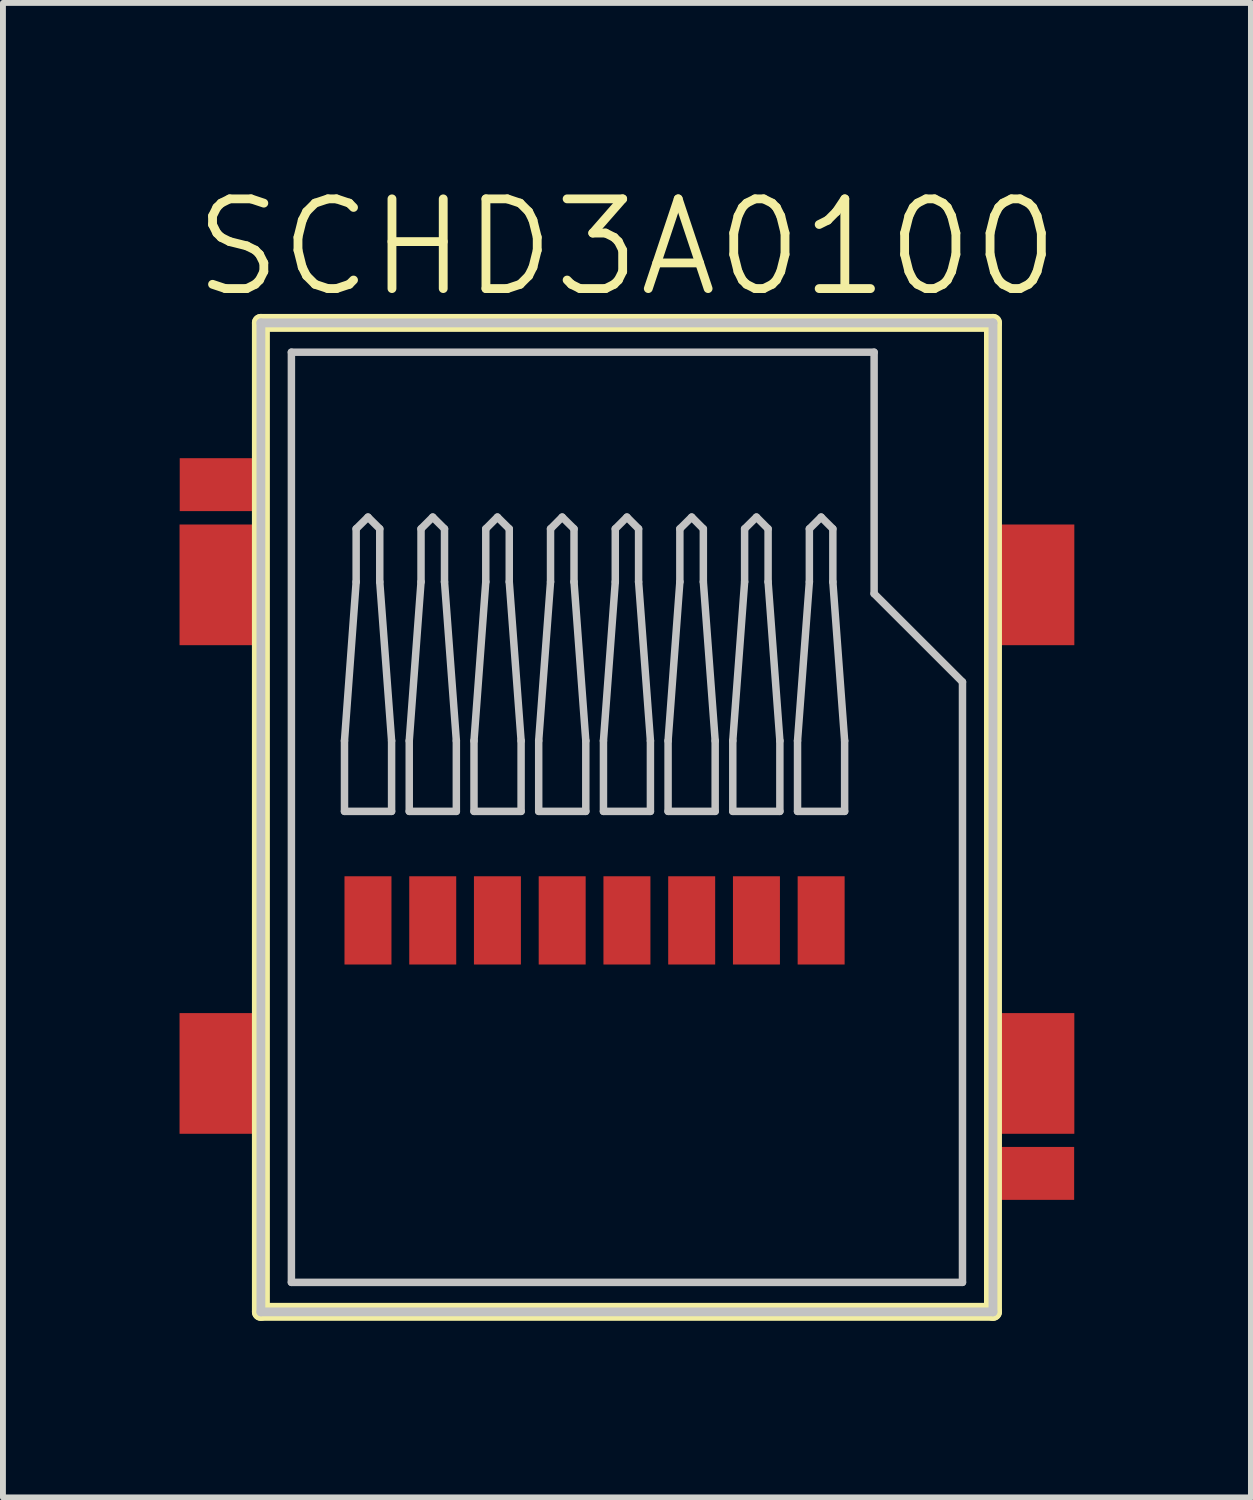
<source format=kicad_pcb>
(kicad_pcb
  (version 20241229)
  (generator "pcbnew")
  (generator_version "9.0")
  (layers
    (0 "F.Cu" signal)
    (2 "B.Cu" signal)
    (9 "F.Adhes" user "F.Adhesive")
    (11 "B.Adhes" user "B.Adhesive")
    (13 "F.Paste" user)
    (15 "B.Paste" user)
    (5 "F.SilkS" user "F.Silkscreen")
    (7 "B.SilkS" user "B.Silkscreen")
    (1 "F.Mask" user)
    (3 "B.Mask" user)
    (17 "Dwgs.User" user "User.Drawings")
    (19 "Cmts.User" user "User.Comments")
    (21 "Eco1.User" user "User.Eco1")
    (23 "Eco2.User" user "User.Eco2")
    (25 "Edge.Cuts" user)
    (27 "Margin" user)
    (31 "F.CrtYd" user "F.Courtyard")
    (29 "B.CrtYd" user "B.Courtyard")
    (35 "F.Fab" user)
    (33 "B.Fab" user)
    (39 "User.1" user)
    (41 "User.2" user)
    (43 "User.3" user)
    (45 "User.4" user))
  (footprint "SCHD3A0100"
    (layer "F.Cu")
    (at 7.6 2.435)
    (property "Reference" "SCHD3A0100" (at 0 -1.28 0) (layer "F.SilkS") (effects (font (size 1.524 1.524) (thickness 0.15))))
    (attr smd)
    (fp_line (start -6.218 0) (end -6.218 16.8) (stroke (width 0.305) (type solid)) (layer "F.SilkS"))
    (fp_line (start -6.218 16.8) (end 6.218 16.8) (stroke (width 0.305) (type solid)) (layer "F.SilkS"))
    (fp_line (start 6.218 0) (end -6.218 0) (stroke (width 0.305) (type solid)) (layer "F.SilkS"))
    (fp_line (start 6.218 16.8) (end 6.218 0) (stroke (width 0.305) (type solid)) (layer "F.SilkS"))
    (fp_line (start -6.218 0) (end -6.218 16.8) (stroke (width 0.15) (type solid)) (layer "Dwgs.User"))
    (fp_line (start -6.218 16.8) (end 6.218 16.8) (stroke (width 0.15) (type solid)) (layer "Dwgs.User"))
    (fp_line (start -5.7 0.498) (end 4.199 0.498) (stroke (width 0.127) (type solid)) (layer "Dwgs.User"))
    (fp_line (start -5.7 16.299) (end -5.7 0.498) (stroke (width 0.127) (type solid)) (layer "Dwgs.User"))
    (fp_line (start -4.798 7.099) (end -4.6 4.399) (stroke (width 0.127) (type solid)) (layer "Dwgs.User"))
    (fp_line (start -4.798 8.298) (end -4.798 7.099) (stroke (width 0.127) (type solid)) (layer "Dwgs.User"))
    (fp_line (start -4.6 3.498) (end -4.399 3.299) (stroke (width 0.127) (type solid)) (layer "Dwgs.User"))
    (fp_line (start -4.6 4.399) (end -4.6 3.498) (stroke (width 0.127) (type solid)) (layer "Dwgs.User"))
    (fp_line (start -4.399 3.299) (end -4.199 3.498) (stroke (width 0.127) (type solid)) (layer "Dwgs.User"))
    (fp_line (start -4.199 3.498) (end -4.199 4.399) (stroke (width 0.127) (type solid)) (layer "Dwgs.User"))
    (fp_line (start -4.199 4.399) (end -3.998 7.099) (stroke (width 0.127) (type solid)) (layer "Dwgs.User"))
    (fp_line (start -3.998 7.099) (end -3.998 8.298) (stroke (width 0.127) (type solid)) (layer "Dwgs.User"))
    (fp_line (start -3.998 8.298) (end -4.798 8.298) (stroke (width 0.127) (type solid)) (layer "Dwgs.User"))
    (fp_line (start -3.698 7.099) (end -3.498 4.399) (stroke (width 0.127) (type solid)) (layer "Dwgs.User"))
    (fp_line (start -3.698 8.298) (end -3.698 7.099) (stroke (width 0.127) (type solid)) (layer "Dwgs.User"))
    (fp_line (start -3.498 3.498) (end -3.299 3.299) (stroke (width 0.127) (type solid)) (layer "Dwgs.User"))
    (fp_line (start -3.498 4.399) (end -3.498 3.498) (stroke (width 0.127) (type solid)) (layer "Dwgs.User"))
    (fp_line (start -3.299 3.299) (end -3.099 3.498) (stroke (width 0.127) (type solid)) (layer "Dwgs.User"))
    (fp_line (start -3.099 3.498) (end -3.099 4.399) (stroke (width 0.127) (type solid)) (layer "Dwgs.User"))
    (fp_line (start -3.099 4.399) (end -2.898 7.099) (stroke (width 0.127) (type solid)) (layer "Dwgs.User"))
    (fp_line (start -2.898 7.099) (end -2.898 8.298) (stroke (width 0.127) (type solid)) (layer "Dwgs.User"))
    (fp_line (start -2.898 8.298) (end -3.698 8.298) (stroke (width 0.127) (type solid)) (layer "Dwgs.User"))
    (fp_line (start -2.598 7.099) (end -2.398 4.399) (stroke (width 0.127) (type solid)) (layer "Dwgs.User"))
    (fp_line (start -2.598 8.298) (end -2.598 7.099) (stroke (width 0.127) (type solid)) (layer "Dwgs.User"))
    (fp_line (start -2.398 3.498) (end -2.2 3.299) (stroke (width 0.127) (type solid)) (layer "Dwgs.User"))
    (fp_line (start -2.398 4.399) (end -2.398 3.498) (stroke (width 0.127) (type solid)) (layer "Dwgs.User"))
    (fp_line (start -2.2 3.299) (end -1.999 3.498) (stroke (width 0.127) (type solid)) (layer "Dwgs.User"))
    (fp_line (start -1.999 3.498) (end -1.999 4.399) (stroke (width 0.127) (type solid)) (layer "Dwgs.User"))
    (fp_line (start -1.999 4.399) (end -1.798 7.099) (stroke (width 0.127) (type solid)) (layer "Dwgs.User"))
    (fp_line (start -1.798 7.099) (end -1.798 8.298) (stroke (width 0.127) (type solid)) (layer "Dwgs.User"))
    (fp_line (start -1.798 8.298) (end -2.598 8.298) (stroke (width 0.127) (type solid)) (layer "Dwgs.User"))
    (fp_line (start -1.499 7.099) (end -1.298 4.399) (stroke (width 0.127) (type solid)) (layer "Dwgs.User"))
    (fp_line (start -1.499 8.298) (end -1.499 7.099) (stroke (width 0.127) (type solid)) (layer "Dwgs.User"))
    (fp_line (start -1.298 3.498) (end -1.1 3.299) (stroke (width 0.127) (type solid)) (layer "Dwgs.User"))
    (fp_line (start -1.298 4.399) (end -1.298 3.498) (stroke (width 0.127) (type solid)) (layer "Dwgs.User"))
    (fp_line (start -1.1 3.299) (end -0.899 3.498) (stroke (width 0.127) (type solid)) (layer "Dwgs.User"))
    (fp_line (start -0.899 3.498) (end -0.899 4.399) (stroke (width 0.127) (type solid)) (layer "Dwgs.User"))
    (fp_line (start -0.899 4.399) (end -0.699 7.099) (stroke (width 0.127) (type solid)) (layer "Dwgs.User"))
    (fp_line (start -0.699 7.099) (end -0.699 8.298) (stroke (width 0.127) (type solid)) (layer "Dwgs.User"))
    (fp_line (start -0.699 8.298) (end -1.499 8.298) (stroke (width 0.127) (type solid)) (layer "Dwgs.User"))
    (fp_line (start -0.399 7.099) (end -0.198 4.399) (stroke (width 0.127) (type solid)) (layer "Dwgs.User"))
    (fp_line (start -0.399 8.298) (end -0.399 7.099) (stroke (width 0.127) (type solid)) (layer "Dwgs.User"))
    (fp_line (start -0.198 3.498) (end 0 3.299) (stroke (width 0.127) (type solid)) (layer "Dwgs.User"))
    (fp_line (start -0.198 4.399) (end -0.198 3.498) (stroke (width 0.127) (type solid)) (layer "Dwgs.User"))
    (fp_line (start 0 3.299) (end 0.198 3.498) (stroke (width 0.127) (type solid)) (layer "Dwgs.User"))
    (fp_line (start 0.198 3.498) (end 0.198 4.399) (stroke (width 0.127) (type solid)) (layer "Dwgs.User"))
    (fp_line (start 0.198 4.399) (end 0.399 7.099) (stroke (width 0.127) (type solid)) (layer "Dwgs.User"))
    (fp_line (start 0.399 7.099) (end 0.399 8.298) (stroke (width 0.127) (type solid)) (layer "Dwgs.User"))
    (fp_line (start 0.399 8.298) (end -0.399 8.298) (stroke (width 0.127) (type solid)) (layer "Dwgs.User"))
    (fp_line (start 0.699 7.099) (end 0.899 4.399) (stroke (width 0.127) (type solid)) (layer "Dwgs.User"))
    (fp_line (start 0.699 8.298) (end 0.699 7.099) (stroke (width 0.127) (type solid)) (layer "Dwgs.User"))
    (fp_line (start 0.899 3.498) (end 1.1 3.299) (stroke (width 0.127) (type solid)) (layer "Dwgs.User"))
    (fp_line (start 0.899 4.399) (end 0.899 3.498) (stroke (width 0.127) (type solid)) (layer "Dwgs.User"))
    (fp_line (start 1.1 3.299) (end 1.298 3.498) (stroke (width 0.127) (type solid)) (layer "Dwgs.User"))
    (fp_line (start 1.298 3.498) (end 1.298 4.399) (stroke (width 0.127) (type solid)) (layer "Dwgs.User"))
    (fp_line (start 1.298 4.399) (end 1.499 7.099) (stroke (width 0.127) (type solid)) (layer "Dwgs.User"))
    (fp_line (start 1.499 7.099) (end 1.499 8.298) (stroke (width 0.127) (type solid)) (layer "Dwgs.User"))
    (fp_line (start 1.499 8.298) (end 0.699 8.298) (stroke (width 0.127) (type solid)) (layer "Dwgs.User"))
    (fp_line (start 1.798 7.099) (end 1.999 4.399) (stroke (width 0.127) (type solid)) (layer "Dwgs.User"))
    (fp_line (start 1.798 8.298) (end 1.798 7.099) (stroke (width 0.127) (type solid)) (layer "Dwgs.User"))
    (fp_line (start 1.999 3.498) (end 2.2 3.299) (stroke (width 0.127) (type solid)) (layer "Dwgs.User"))
    (fp_line (start 1.999 4.399) (end 1.999 3.498) (stroke (width 0.127) (type solid)) (layer "Dwgs.User"))
    (fp_line (start 2.2 3.299) (end 2.398 3.498) (stroke (width 0.127) (type solid)) (layer "Dwgs.User"))
    (fp_line (start 2.398 3.498) (end 2.398 4.399) (stroke (width 0.127) (type solid)) (layer "Dwgs.User"))
    (fp_line (start 2.398 4.399) (end 2.598 7.099) (stroke (width 0.127) (type solid)) (layer "Dwgs.User"))
    (fp_line (start 2.598 7.099) (end 2.598 8.298) (stroke (width 0.127) (type solid)) (layer "Dwgs.User"))
    (fp_line (start 2.598 8.298) (end 1.798 8.298) (stroke (width 0.127) (type solid)) (layer "Dwgs.User"))
    (fp_line (start 2.898 7.099) (end 3.099 4.399) (stroke (width 0.127) (type solid)) (layer "Dwgs.User"))
    (fp_line (start 2.898 8.298) (end 2.898 7.099) (stroke (width 0.127) (type solid)) (layer "Dwgs.User"))
    (fp_line (start 3.099 3.498) (end 3.299 3.299) (stroke (width 0.127) (type solid)) (layer "Dwgs.User"))
    (fp_line (start 3.099 4.399) (end 3.099 3.498) (stroke (width 0.127) (type solid)) (layer "Dwgs.User"))
    (fp_line (start 3.299 3.299) (end 3.498 3.498) (stroke (width 0.127) (type solid)) (layer "Dwgs.User"))
    (fp_line (start 3.498 3.498) (end 3.498 4.399) (stroke (width 0.127) (type solid)) (layer "Dwgs.User"))
    (fp_line (start 3.498 4.399) (end 3.698 7.099) (stroke (width 0.127) (type solid)) (layer "Dwgs.User"))
    (fp_line (start 3.698 7.099) (end 3.698 8.298) (stroke (width 0.127) (type solid)) (layer "Dwgs.User"))
    (fp_line (start 3.698 8.298) (end 2.898 8.298) (stroke (width 0.127) (type solid)) (layer "Dwgs.User"))
    (fp_line (start 4.199 0.498) (end 4.199 4.6) (stroke (width 0.127) (type solid)) (layer "Dwgs.User"))
    (fp_line (start 4.199 4.6) (end 5.7 6.099) (stroke (width 0.127) (type solid)) (layer "Dwgs.User"))
    (fp_line (start 5.7 6.099) (end 5.7 16.299) (stroke (width 0.127) (type solid)) (layer "Dwgs.User"))
    (fp_line (start 5.7 16.299) (end -5.7 16.299) (stroke (width 0.127) (type solid)) (layer "Dwgs.User"))
    (fp_line (start 6.218 0) (end -6.218 0) (stroke (width 0.15) (type solid)) (layer "Dwgs.User"))
    (fp_line (start 6.218 16.8) (end 6.218 0) (stroke (width 0.15) (type solid)) (layer "Dwgs.User"))
    (pad "1" smd rect (at 3.299 10.15) (size 0.798 1.499) (layers "F.Cu" "F.Mask" "F.Paste"))
    (pad "2" smd rect (at 2.2 10.15) (size 0.798 1.499) (layers "F.Cu" "F.Mask" "F.Paste"))
    (pad "3" smd rect (at 1.1 10.15) (size 0.798 1.499) (layers "F.Cu" "F.Mask" "F.Paste"))
    (pad "4" smd rect (at 0 10.15) (size 0.798 1.499) (layers "F.Cu" "F.Mask" "F.Paste"))
    (pad "5" smd rect (at -1.1 10.15) (size 0.798 1.499) (layers "F.Cu" "F.Mask" "F.Paste"))
    (pad "6" smd rect (at -2.2 10.15) (size 0.798 1.499) (layers "F.Cu" "F.Mask" "F.Paste"))
    (pad "7" smd rect (at -3.299 10.15) (size 0.798 1.499) (layers "F.Cu" "F.Mask" "F.Paste"))
    (pad "8" smd rect (at -4.399 10.15) (size 0.798 1.499) (layers "F.Cu" "F.Mask" "F.Paste"))
    (pad "CHS" connect rect (at -6.875 4.45) (size 1.45 2.05) (layers "F.Cu" "F.Mask"))
    (pad "CHS" connect rect (at -6.875 12.75) (size 1.45 2.05) (layers "F.Cu" "F.Mask"))
    (pad "CHS" connect rect (at 6.875 4.45) (size 1.45 2.05) (layers "F.Cu" "F.Mask"))
    (pad "CHS" connect rect (at 6.875 12.75) (size 1.45 2.05) (layers "F.Cu" "F.Mask"))
    (pad "G1" smd rect (at 6.873 14.448) (size 1.448 0.899) (layers "F.Cu" "F.Mask" "F.Paste"))
    (pad "G2" smd rect (at -6.873 2.748) (size 1.448 0.899) (layers "F.Cu" "F.Mask" "F.Paste")))
  (gr_rect
    (start -3 -3)
    (end 18.2 22.387)
    (stroke (width 0.1) (type default))
    (fill no)
    (layer "Edge.Cuts")))
</source>
